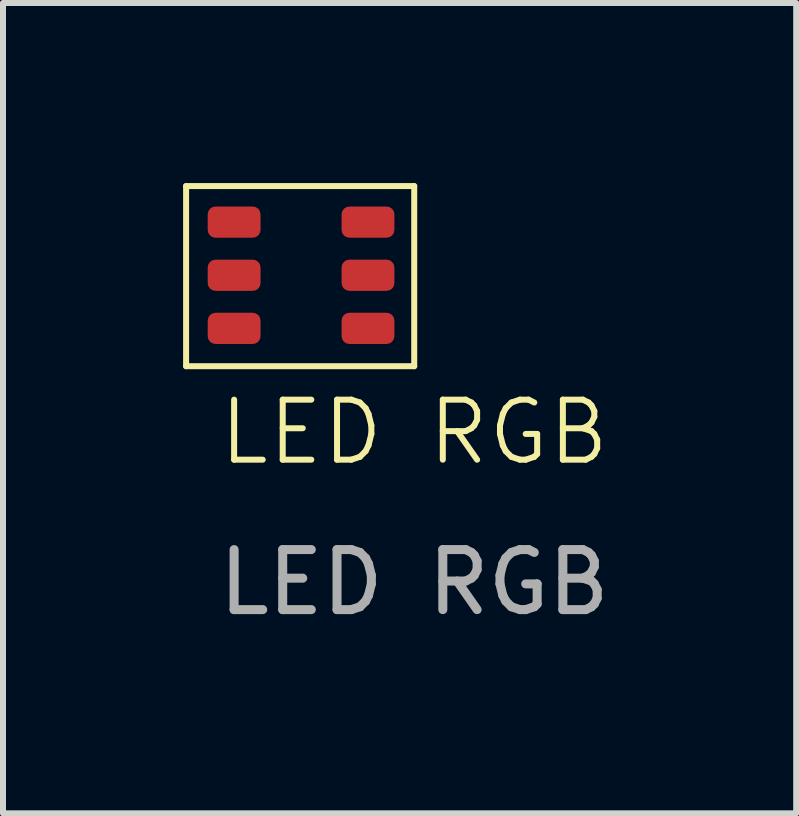
<source format=kicad_pcb>
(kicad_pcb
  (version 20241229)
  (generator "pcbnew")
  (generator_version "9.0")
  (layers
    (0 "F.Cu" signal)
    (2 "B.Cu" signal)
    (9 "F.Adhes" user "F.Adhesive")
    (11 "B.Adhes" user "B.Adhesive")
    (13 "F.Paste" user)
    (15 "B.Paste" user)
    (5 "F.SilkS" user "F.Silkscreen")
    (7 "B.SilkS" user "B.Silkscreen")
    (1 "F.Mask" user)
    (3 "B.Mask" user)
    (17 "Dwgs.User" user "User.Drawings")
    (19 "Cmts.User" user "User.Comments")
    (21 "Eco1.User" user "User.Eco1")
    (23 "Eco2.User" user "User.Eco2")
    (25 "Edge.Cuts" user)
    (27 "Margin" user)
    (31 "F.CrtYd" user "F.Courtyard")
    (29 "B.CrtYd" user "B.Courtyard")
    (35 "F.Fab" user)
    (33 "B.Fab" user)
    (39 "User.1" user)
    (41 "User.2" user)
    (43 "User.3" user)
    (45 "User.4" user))
  (footprint "LED RGB"
    (layer "F.Cu")
    (at 0.85 0.65)
    (property "Reference" "LED RGB" (at 3 3.5 0) (unlocked yes) (layer "F.SilkS") (effects (font (size 1 1) (thickness 0.1))))
    (attr smd)
    (fp_line (start -0.8 -0.6) (end 3 -0.6) (stroke (width 0.1) (type default)) (layer "F.SilkS"))
    (fp_line (start -0.8 2.4) (end -0.8 -0.6) (stroke (width 0.1) (type default)) (layer "F.SilkS"))
    (fp_line (start 3 -0.6) (end 3 2.4) (stroke (width 0.1) (type default)) (layer "F.SilkS"))
    (fp_line (start 3 2.4) (end -0.8 2.4) (stroke (width 0.1) (type default)) (layer "F.SilkS"))
    (fp_line (start -0.6 -0.4) (end -0.6 2.2) (stroke (width 0.1) (type default)) (layer "Margin"))
    (fp_line (start -0.6 2.2) (end 2.8 2.2) (stroke (width 0.1) (type default)) (layer "Margin"))
    (fp_line (start 2.8 -0.4) (end -0.6 -0.4) (stroke (width 0.1) (type default)) (layer "Margin"))
    (fp_line (start 2.8 2.2) (end 2.8 -0.4) (stroke (width 0.1) (type default)) (layer "Margin"))
    (fp_text user "${REFERENCE}" (at 3 6 0) (unlocked yes) (layer "F.Fab") (effects (font (size 1 1) (thickness 0.15))))
    (pad "1" smd roundrect (at 0 0) (size 0.88 0.52) (layers "F.Cu" "F.Mask" "F.Paste") (roundrect_rratio 0.25))
    (pad "2" smd roundrect (at 2.23 0) (size 0.88 0.52) (layers "F.Cu" "F.Mask" "F.Paste") (roundrect_rratio 0.25))
    (pad "3" smd roundrect (at 0 0.885) (size 0.88 0.52) (layers "F.Cu" "F.Mask" "F.Paste") (roundrect_rratio 0.25))
    (pad "4" smd roundrect (at 2.23 0.885) (size 0.88 0.52) (layers "F.Cu" "F.Mask" "F.Paste") (roundrect_rratio 0.25))
    (pad "5" smd roundrect (at 0 1.77) (size 0.88 0.52) (layers "F.Cu" "F.Mask" "F.Paste") (roundrect_rratio 0.25))
    (pad "6" smd roundrect (at 2.23 1.77) (size 0.88 0.52) (layers "F.Cu" "F.Mask" "F.Paste") (roundrect_rratio 0.25)))
  (gr_rect
    (start -3 -3)
    (end 10.213 10.498)
    (stroke (width 0.1) (type default))
    (fill no)
    (layer "Edge.Cuts")))
</source>
